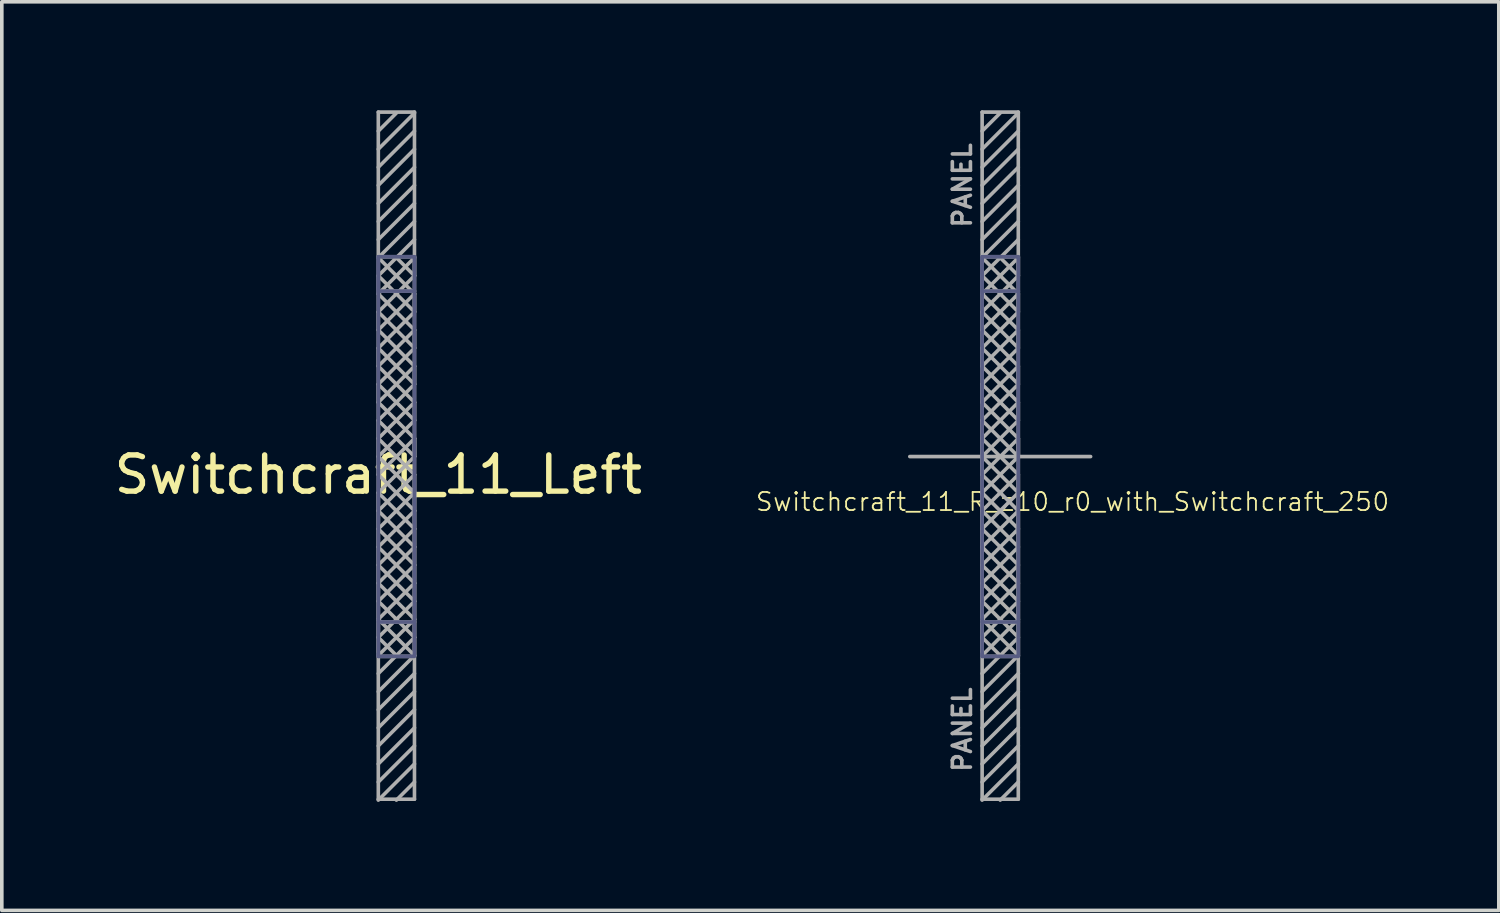
<source format=kicad_pcb>
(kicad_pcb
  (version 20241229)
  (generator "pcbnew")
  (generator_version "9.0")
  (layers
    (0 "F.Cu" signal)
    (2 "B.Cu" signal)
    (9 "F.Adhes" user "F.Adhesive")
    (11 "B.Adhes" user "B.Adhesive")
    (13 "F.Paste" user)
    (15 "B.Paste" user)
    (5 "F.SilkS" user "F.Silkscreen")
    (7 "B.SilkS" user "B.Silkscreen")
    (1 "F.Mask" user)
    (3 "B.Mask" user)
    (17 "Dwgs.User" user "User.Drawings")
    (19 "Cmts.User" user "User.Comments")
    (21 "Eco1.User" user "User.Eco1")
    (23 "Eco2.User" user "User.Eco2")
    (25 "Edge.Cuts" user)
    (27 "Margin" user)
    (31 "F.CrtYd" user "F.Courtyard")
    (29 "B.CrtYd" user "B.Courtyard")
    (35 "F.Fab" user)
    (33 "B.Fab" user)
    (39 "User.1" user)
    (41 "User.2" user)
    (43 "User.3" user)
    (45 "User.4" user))
  (footprint "Switchcraft_11_R_z10_r0_with_Switchcraft_250"
    (layer "F.Cu")
    (at 24.108 9.575)
    (property "Reference" "Switchcraft_11_R_z10_r0_with_Switchcraft_250" (at 2.5 1.25 180) (layer "F.SilkS") (effects (font (size 0.5 0.5) (thickness 0.05))))
    (attr through_hole)
    (fp_line (start 0 -5.525) (end 0 -5.5) (stroke (width 0.1) (type solid)) (layer "B.Fab"))
    (fp_line (start 0 -5.5) (end 0 -4.5) (stroke (width 0.1) (type solid)) (layer "B.Fab"))
    (fp_line (start 0 -4.575) (end 1 -4.575) (stroke (width 0.1) (type solid)) (layer "B.Fab"))
    (fp_line (start 0 4.5) (end 0 -5.5) (stroke (width 0.1) (type solid)) (layer "B.Fab"))
    (fp_line (start 0 4.575) (end 1 4.575) (stroke (width 0.1) (type solid)) (layer "B.Fab"))
    (fp_line (start 0 5.5) (end 0 4.5) (stroke (width 0.1) (type solid)) (layer "B.Fab"))
    (fp_line (start 0 5.525) (end 0 5.45) (stroke (width 0.1) (type solid)) (layer "B.Fab"))
    (fp_line (start 1 -5.525) (end 0 -5.525) (stroke (width 0.1) (type solid)) (layer "B.Fab"))
    (fp_line (start 1 -5.5) (end 1 -5.525) (stroke (width 0.1) (type solid)) (layer "B.Fab"))
    (fp_line (start 1 -5.5) (end 1 5.5) (stroke (width 0.1) (type solid)) (layer "B.Fab"))
    (fp_line (start 1 5.525) (end 0 5.525) (stroke (width 0.1) (type solid)) (layer "B.Fab"))
    (fp_line (start -2 0) (end 3 0) (stroke (width 0.1) (type solid)) (layer "F.Fab"))
    (fp_line (start 0 -9.525) (end 1 -9.525) (stroke (width 0.1) (type solid)) (layer "F.Fab"))
    (fp_line (start 0 -9) (end 0.5 -9.5) (stroke (width 0.1) (type solid)) (layer "F.Fab"))
    (fp_line (start 0 -6.5) (end 1 -7.5) (stroke (width 0.1) (type solid)) (layer "F.Fab"))
    (fp_line (start 0 -5.525) (end 1 -5.525) (stroke (width 0.1) (type solid)) (layer "F.Fab"))
    (fp_line (start 0 -5.5) (end 1 -6.5) (stroke (width 0.1) (type solid)) (layer "F.Fab"))
    (fp_line (start 0 -5.5) (end 1 -4.5) (stroke (width 0.1) (type solid)) (layer "F.Fab"))
    (fp_line (start 0 -5) (end 0.5 -5.5) (stroke (width 0.1) (type solid)) (layer "F.Fab"))
    (fp_line (start 0 -5) (end 1 -4) (stroke (width 0.1) (type solid)) (layer "F.Fab"))
    (fp_line (start 0 -4.575) (end 1 -4.575) (stroke (width 0.1) (type solid)) (layer "F.Fab"))
    (fp_line (start 0 -4.5) (end 0 -5) (stroke (width 0.1) (type solid)) (layer "F.Fab"))
    (fp_line (start 0 -4.5) (end 1 -3.5) (stroke (width 0.1) (type solid)) (layer "F.Fab"))
    (fp_line (start 0 -4) (end 1 -5) (stroke (width 0.1) (type solid)) (layer "F.Fab"))
    (fp_line (start 0 -4) (end 1 -3) (stroke (width 0.1) (type solid)) (layer "F.Fab"))
    (fp_line (start 0 -3.5) (end 0 -4) (stroke (width 0.1) (type solid)) (layer "F.Fab"))
    (fp_line (start 0 -3.5) (end 1 -2.5) (stroke (width 0.1) (type solid)) (layer "F.Fab"))
    (fp_line (start 0 -3) (end 1 -4) (stroke (width 0.1) (type solid)) (layer "F.Fab"))
    (fp_line (start 0 -3) (end 1 -2) (stroke (width 0.1) (type solid)) (layer "F.Fab"))
    (fp_line (start 0 -2.5) (end 0 -3) (stroke (width 0.1) (type solid)) (layer "F.Fab"))
    (fp_line (start 0 -2) (end 1 -3) (stroke (width 0.1) (type solid)) (layer "F.Fab"))
    (fp_line (start 0 -2) (end 1 -1) (stroke (width 0.1) (type solid)) (layer "F.Fab"))
    (fp_line (start 0 -1.5) (end 0 -2) (stroke (width 0.1) (type solid)) (layer "F.Fab"))
    (fp_line (start 0 -1.5) (end 1 -0.5) (stroke (width 0.1) (type solid)) (layer "F.Fab"))
    (fp_line (start 0 -1) (end 1 -2) (stroke (width 0.1) (type solid)) (layer "F.Fab"))
    (fp_line (start 0 -0.5) (end 0 -1) (stroke (width 0.1) (type solid)) (layer "F.Fab"))
    (fp_line (start 0 -0.5) (end 0 0) (stroke (width 0.1) (type solid)) (layer "F.Fab"))
    (fp_line (start 0 0) (end 1 -1) (stroke (width 0.1) (type solid)) (layer "F.Fab"))
    (fp_line (start 0 0) (end 1 1) (stroke (width 0.1) (type solid)) (layer "F.Fab"))
    (fp_line (start 0 0.5) (end 0 0) (stroke (width 0.1) (type solid)) (layer "F.Fab"))
    (fp_line (start 0 1) (end 1 0) (stroke (width 0.1) (type solid)) (layer "F.Fab"))
    (fp_line (start 0 1) (end 1 2) (stroke (width 0.1) (type solid)) (layer "F.Fab"))
    (fp_line (start 0 1.5) (end 0 1) (stroke (width 0.1) (type solid)) (layer "F.Fab"))
    (fp_line (start 0 1.5) (end 0 2) (stroke (width 0.1) (type solid)) (layer "F.Fab"))
    (fp_line (start 0 2) (end 1 1) (stroke (width 0.1) (type solid)) (layer "F.Fab"))
    (fp_line (start 0 2) (end 1 3) (stroke (width 0.1) (type solid)) (layer "F.Fab"))
    (fp_line (start 0 2.5) (end 0 2) (stroke (width 0.1) (type solid)) (layer "F.Fab"))
    (fp_line (start 0 2.5) (end 0 3) (stroke (width 0.1) (type solid)) (layer "F.Fab"))
    (fp_line (start 0 3) (end 1 2) (stroke (width 0.1) (type solid)) (layer "F.Fab"))
    (fp_line (start 0 3) (end 1 4) (stroke (width 0.1) (type solid)) (layer "F.Fab"))
    (fp_line (start 0 3.5) (end 0 3) (stroke (width 0.1) (type solid)) (layer "F.Fab"))
    (fp_line (start 0 3.5) (end 0 4) (stroke (width 0.1) (type solid)) (layer "F.Fab"))
    (fp_line (start 0 4) (end 1 3) (stroke (width 0.1) (type solid)) (layer "F.Fab"))
    (fp_line (start 0 4) (end 1 5) (stroke (width 0.1) (type solid)) (layer "F.Fab"))
    (fp_line (start 0 4.5) (end 0 4) (stroke (width 0.1) (type solid)) (layer "F.Fab"))
    (fp_line (start 0 4.5) (end 0 5) (stroke (width 0.1) (type solid)) (layer "F.Fab"))
    (fp_line (start 0 4.575) (end 1 4.575) (stroke (width 0.1) (type solid)) (layer "F.Fab"))
    (fp_line (start 0 5) (end 0.5 5.5) (stroke (width 0.1) (type solid)) (layer "F.Fab"))
    (fp_line (start 0 5) (end 1 4) (stroke (width 0.1) (type solid)) (layer "F.Fab"))
    (fp_line (start 0 5.5) (end 0 5) (stroke (width 0.1) (type solid)) (layer "F.Fab"))
    (fp_line (start 0 5.525) (end 1 5.525) (stroke (width 0.1) (type solid)) (layer "F.Fab"))
    (fp_line (start 0 7) (end 1 6) (stroke (width 0.1) (type solid)) (layer "F.Fab"))
    (fp_line (start 0 8) (end 1 7) (stroke (width 0.1) (type solid)) (layer "F.Fab"))
    (fp_line (start 0 9) (end 1 8) (stroke (width 0.1) (type solid)) (layer "F.Fab"))
    (fp_line (start 0 9.475) (end 0 -9.525) (stroke (width 0.1) (type solid)) (layer "F.Fab"))
    (fp_line (start 0.5 -5.5) (end 1 -5) (stroke (width 0.1) (type solid)) (layer "F.Fab"))
    (fp_line (start 0.5 5.5) (end 0 6) (stroke (width 0.1) (type solid)) (layer "F.Fab"))
    (fp_line (start 0.5 5.5) (end 1 5) (stroke (width 0.1) (type solid)) (layer "F.Fab"))
    (fp_line (start 0.5 9.5) (end 1 9) (stroke (width 0.1) (type solid)) (layer "F.Fab"))
    (fp_line (start 1 -9.525) (end 1 9.475) (stroke (width 0.1) (type solid)) (layer "F.Fab"))
    (fp_line (start 1 -9.5) (end 0 -8.5) (stroke (width 0.1) (type solid)) (layer "F.Fab"))
    (fp_line (start 1 -9) (end 0 -8) (stroke (width 0.1) (type solid)) (layer "F.Fab"))
    (fp_line (start 1 -8.5) (end 0 -7.5) (stroke (width 0.1) (type solid)) (layer "F.Fab"))
    (fp_line (start 1 -8) (end 0 -7) (stroke (width 0.1) (type solid)) (layer "F.Fab"))
    (fp_line (start 1 -7) (end 0 -6) (stroke (width 0.1) (type solid)) (layer "F.Fab"))
    (fp_line (start 1 -6) (end 0.5 -5.5) (stroke (width 0.1) (type solid)) (layer "F.Fab"))
    (fp_line (start 1 -5.5) (end 0 -4.5) (stroke (width 0.1) (type solid)) (layer "F.Fab"))
    (fp_line (start 1 -5) (end 1 -5.5) (stroke (width 0.1) (type solid)) (layer "F.Fab"))
    (fp_line (start 1 -4.5) (end 0 -3.5) (stroke (width 0.1) (type solid)) (layer "F.Fab"))
    (fp_line (start 1 -4) (end 1 -4.5) (stroke (width 0.1) (type solid)) (layer "F.Fab"))
    (fp_line (start 1 -3.5) (end 0 -2.5) (stroke (width 0.1) (type solid)) (layer "F.Fab"))
    (fp_line (start 1 -3) (end 1 -3.5) (stroke (width 0.1) (type solid)) (layer "F.Fab"))
    (fp_line (start 1 -2.5) (end 0 -1.5) (stroke (width 0.1) (type solid)) (layer "F.Fab"))
    (fp_line (start 1 -2) (end 1 -2.5) (stroke (width 0.1) (type solid)) (layer "F.Fab"))
    (fp_line (start 1 -1.5) (end 0 -2.5) (stroke (width 0.1) (type solid)) (layer "F.Fab"))
    (fp_line (start 1 -1.5) (end 0 -0.5) (stroke (width 0.1) (type solid)) (layer "F.Fab"))
    (fp_line (start 1 -1) (end 1 -1.5) (stroke (width 0.1) (type solid)) (layer "F.Fab"))
    (fp_line (start 1 -0.5) (end 0 0.5) (stroke (width 0.1) (type solid)) (layer "F.Fab"))
    (fp_line (start 1 -0.5) (end 1 0) (stroke (width 0.1) (type solid)) (layer "F.Fab"))
    (fp_line (start 1 0) (end 0 -1) (stroke (width 0.1) (type solid)) (layer "F.Fab"))
    (fp_line (start 1 0) (end 1 -0.5) (stroke (width 0.1) (type solid)) (layer "F.Fab"))
    (fp_line (start 1 0.5) (end 0 -0.5) (stroke (width 0.1) (type solid)) (layer "F.Fab"))
    (fp_line (start 1 0.5) (end 0 1.5) (stroke (width 0.1) (type solid)) (layer "F.Fab"))
    (fp_line (start 1 1) (end 1 0.5) (stroke (width 0.1) (type solid)) (layer "F.Fab"))
    (fp_line (start 1 1) (end 1 1.5) (stroke (width 0.1) (type solid)) (layer "F.Fab"))
    (fp_line (start 1 1.5) (end 0 0.5) (stroke (width 0.1) (type solid)) (layer "F.Fab"))
    (fp_line (start 1 1.5) (end 0 2.5) (stroke (width 0.1) (type solid)) (layer "F.Fab"))
    (fp_line (start 1 2) (end 1 1.5) (stroke (width 0.1) (type solid)) (layer "F.Fab"))
    (fp_line (start 1 2) (end 1 2.5) (stroke (width 0.1) (type solid)) (layer "F.Fab"))
    (fp_line (start 1 2.5) (end 0 1.5) (stroke (width 0.1) (type solid)) (layer "F.Fab"))
    (fp_line (start 1 2.5) (end 0 3.5) (stroke (width 0.1) (type solid)) (layer "F.Fab"))
    (fp_line (start 1 3) (end 1 2.5) (stroke (width 0.1) (type solid)) (layer "F.Fab"))
    (fp_line (start 1 3) (end 1 3.5) (stroke (width 0.1) (type solid)) (layer "F.Fab"))
    (fp_line (start 1 3.5) (end 0 2.5) (stroke (width 0.1) (type solid)) (layer "F.Fab"))
    (fp_line (start 1 3.5) (end 0 4.5) (stroke (width 0.1) (type solid)) (layer "F.Fab"))
    (fp_line (start 1 4) (end 1 3.5) (stroke (width 0.1) (type solid)) (layer "F.Fab"))
    (fp_line (start 1 4) (end 1 4.5) (stroke (width 0.1) (type solid)) (layer "F.Fab"))
    (fp_line (start 1 4.5) (end 0 3.5) (stroke (width 0.1) (type solid)) (layer "F.Fab"))
    (fp_line (start 1 4.5) (end 0 5.5) (stroke (width 0.1) (type solid)) (layer "F.Fab"))
    (fp_line (start 1 5) (end 1 4.5) (stroke (width 0.1) (type solid)) (layer "F.Fab"))
    (fp_line (start 1 5) (end 1 5.5) (stroke (width 0.1) (type solid)) (layer "F.Fab"))
    (fp_line (start 1 5.5) (end 0 4.5) (stroke (width 0.1) (type solid)) (layer "F.Fab"))
    (fp_line (start 1 5.5) (end 0 6.5) (stroke (width 0.1) (type solid)) (layer "F.Fab"))
    (fp_line (start 1 6.5) (end 0 7.5) (stroke (width 0.1) (type solid)) (layer "F.Fab"))
    (fp_line (start 1 7.5) (end 0 8.5) (stroke (width 0.1) (type solid)) (layer "F.Fab"))
    (fp_line (start 1 8.5) (end 0 9.5) (stroke (width 0.1) (type solid)) (layer "F.Fab"))
    (fp_line (start 1 9.475) (end 0 9.475) (stroke (width 0.1) (type solid)) (layer "F.Fab"))
    (fp_text user "PANEL" (at -0.55 -7.5 90) (layer "F.Fab") (effects (font (size 0.5 0.5) (thickness 0.1))))
    (fp_text user "PANEL" (at -0.55 7.55 90) (layer "F.Fab") (effects (font (size 0.5 0.5) (thickness 0.1)))))
  (footprint "Switchcraft_11_Left"
    (layer "F.Cu")
    (at 8.411 9.575)
    (property "Reference" "Switchcraft_11_Left" (at -1 0.5 0) (layer "F.SilkS") (effects (font (size 1 1) (thickness 0.15))))
    (attr through_hole)
    (fp_line (start -1 -5.525) (end -1 -5.5) (stroke (width 0.1) (type solid)) (layer "B.Fab"))
    (fp_line (start -1 -5.5) (end -1 -4.5) (stroke (width 0.1) (type solid)) (layer "B.Fab"))
    (fp_line (start -1 -4.575) (end 0 -4.575) (stroke (width 0.1) (type solid)) (layer "B.Fab"))
    (fp_line (start -1 4.5) (end -1 -5.5) (stroke (width 0.1) (type solid)) (layer "B.Fab"))
    (fp_line (start -1 4.575) (end 0 4.575) (stroke (width 0.1) (type solid)) (layer "B.Fab"))
    (fp_line (start -1 5.5) (end -1 4.5) (stroke (width 0.1) (type solid)) (layer "B.Fab"))
    (fp_line (start -1 5.525) (end -1 5.45) (stroke (width 0.1) (type solid)) (layer "B.Fab"))
    (fp_line (start 0 -5.525) (end -1 -5.525) (stroke (width 0.1) (type solid)) (layer "B.Fab"))
    (fp_line (start 0 -5.5) (end 0 -5.525) (stroke (width 0.1) (type solid)) (layer "B.Fab"))
    (fp_line (start 0 -5.5) (end 0 5.5) (stroke (width 0.1) (type solid)) (layer "B.Fab"))
    (fp_line (start 0 5.525) (end -1 5.525) (stroke (width 0.1) (type solid)) (layer "B.Fab"))
    (fp_line (start -1 -9.525) (end 0 -9.525) (stroke (width 0.1) (type solid)) (layer "F.Fab"))
    (fp_line (start -1 -9) (end -0.5 -9.5) (stroke (width 0.1) (type solid)) (layer "F.Fab"))
    (fp_line (start -1 -6.5) (end 0 -7.5) (stroke (width 0.1) (type solid)) (layer "F.Fab"))
    (fp_line (start -1 -5.525) (end 0 -5.525) (stroke (width 0.1) (type solid)) (layer "F.Fab"))
    (fp_line (start -1 -5.5) (end 0 -6.5) (stroke (width 0.1) (type solid)) (layer "F.Fab"))
    (fp_line (start -1 -5.5) (end 0 -4.5) (stroke (width 0.1) (type solid)) (layer "F.Fab"))
    (fp_line (start -1 -5) (end -0.5 -5.5) (stroke (width 0.1) (type solid)) (layer "F.Fab"))
    (fp_line (start -1 -5) (end 0 -4) (stroke (width 0.1) (type solid)) (layer "F.Fab"))
    (fp_line (start -1 -4.575) (end 0 -4.575) (stroke (width 0.1) (type solid)) (layer "F.Fab"))
    (fp_line (start -1 -4.5) (end -1 -5) (stroke (width 0.1) (type solid)) (layer "F.Fab"))
    (fp_line (start -1 -4.5) (end 0 -3.5) (stroke (width 0.1) (type solid)) (layer "F.Fab"))
    (fp_line (start -1 -4) (end 0 -5) (stroke (width 0.1) (type solid)) (layer "F.Fab"))
    (fp_line (start -1 -4) (end 0 -3) (stroke (width 0.1) (type solid)) (layer "F.Fab"))
    (fp_line (start -1 -3.5) (end -1 -4) (stroke (width 0.1) (type solid)) (layer "F.Fab"))
    (fp_line (start -1 -3.5) (end 0 -2.5) (stroke (width 0.1) (type solid)) (layer "F.Fab"))
    (fp_line (start -1 -3) (end 0 -4) (stroke (width 0.1) (type solid)) (layer "F.Fab"))
    (fp_line (start -1 -3) (end 0 -2) (stroke (width 0.1) (type solid)) (layer "F.Fab"))
    (fp_line (start -1 -2.5) (end -1 -3) (stroke (width 0.1) (type solid)) (layer "F.Fab"))
    (fp_line (start -1 -2) (end 0 -3) (stroke (width 0.1) (type solid)) (layer "F.Fab"))
    (fp_line (start -1 -2) (end 0 -1) (stroke (width 0.1) (type solid)) (layer "F.Fab"))
    (fp_line (start -1 -1.5) (end -1 -2) (stroke (width 0.1) (type solid)) (layer "F.Fab"))
    (fp_line (start -1 -1.5) (end 0 -0.5) (stroke (width 0.1) (type solid)) (layer "F.Fab"))
    (fp_line (start -1 -1) (end 0 -2) (stroke (width 0.1) (type solid)) (layer "F.Fab"))
    (fp_line (start -1 -0.5) (end -1 -1) (stroke (width 0.1) (type solid)) (layer "F.Fab"))
    (fp_line (start -1 -0.5) (end -1 0) (stroke (width 0.1) (type solid)) (layer "F.Fab"))
    (fp_line (start -1 0) (end 0 -1) (stroke (width 0.1) (type solid)) (layer "F.Fab"))
    (fp_line (start -1 0) (end 0 1) (stroke (width 0.1) (type solid)) (layer "F.Fab"))
    (fp_line (start -1 0.5) (end -1 0) (stroke (width 0.1) (type solid)) (layer "F.Fab"))
    (fp_line (start -1 1) (end 0 0) (stroke (width 0.1) (type solid)) (layer "F.Fab"))
    (fp_line (start -1 1) (end 0 2) (stroke (width 0.1) (type solid)) (layer "F.Fab"))
    (fp_line (start -1 1.5) (end -1 1) (stroke (width 0.1) (type solid)) (layer "F.Fab"))
    (fp_line (start -1 1.5) (end -1 2) (stroke (width 0.1) (type solid)) (layer "F.Fab"))
    (fp_line (start -1 2) (end 0 1) (stroke (width 0.1) (type solid)) (layer "F.Fab"))
    (fp_line (start -1 2) (end 0 3) (stroke (width 0.1) (type solid)) (layer "F.Fab"))
    (fp_line (start -1 2.5) (end -1 2) (stroke (width 0.1) (type solid)) (layer "F.Fab"))
    (fp_line (start -1 2.5) (end -1 3) (stroke (width 0.1) (type solid)) (layer "F.Fab"))
    (fp_line (start -1 3) (end 0 2) (stroke (width 0.1) (type solid)) (layer "F.Fab"))
    (fp_line (start -1 3) (end 0 4) (stroke (width 0.1) (type solid)) (layer "F.Fab"))
    (fp_line (start -1 3.5) (end -1 3) (stroke (width 0.1) (type solid)) (layer "F.Fab"))
    (fp_line (start -1 3.5) (end -1 4) (stroke (width 0.1) (type solid)) (layer "F.Fab"))
    (fp_line (start -1 4) (end 0 3) (stroke (width 0.1) (type solid)) (layer "F.Fab"))
    (fp_line (start -1 4) (end 0 5) (stroke (width 0.1) (type solid)) (layer "F.Fab"))
    (fp_line (start -1 4.5) (end -1 4) (stroke (width 0.1) (type solid)) (layer "F.Fab"))
    (fp_line (start -1 4.5) (end -1 5) (stroke (width 0.1) (type solid)) (layer "F.Fab"))
    (fp_line (start -1 4.575) (end 0 4.575) (stroke (width 0.1) (type solid)) (layer "F.Fab"))
    (fp_line (start -1 5) (end -0.5 5.5) (stroke (width 0.1) (type solid)) (layer "F.Fab"))
    (fp_line (start -1 5) (end 0 4) (stroke (width 0.1) (type solid)) (layer "F.Fab"))
    (fp_line (start -1 5.5) (end -1 5) (stroke (width 0.1) (type solid)) (layer "F.Fab"))
    (fp_line (start -1 5.525) (end 0 5.525) (stroke (width 0.1) (type solid)) (layer "F.Fab"))
    (fp_line (start -1 7) (end 0 6) (stroke (width 0.1) (type solid)) (layer "F.Fab"))
    (fp_line (start -1 8) (end 0 7) (stroke (width 0.1) (type solid)) (layer "F.Fab"))
    (fp_line (start -1 9) (end 0 8) (stroke (width 0.1) (type solid)) (layer "F.Fab"))
    (fp_line (start -1 9.475) (end -1 -9.525) (stroke (width 0.1) (type solid)) (layer "F.Fab"))
    (fp_line (start -0.5 -5.5) (end 0 -5) (stroke (width 0.1) (type solid)) (layer "F.Fab"))
    (fp_line (start -0.5 5.5) (end -1 6) (stroke (width 0.1) (type solid)) (layer "F.Fab"))
    (fp_line (start -0.5 5.5) (end 0 5) (stroke (width 0.1) (type solid)) (layer "F.Fab"))
    (fp_line (start -0.5 9.5) (end 0 9) (stroke (width 0.1) (type solid)) (layer "F.Fab"))
    (fp_line (start 0 -9.525) (end 0 9.475) (stroke (width 0.1) (type solid)) (layer "F.Fab"))
    (fp_line (start 0 -9.5) (end -1 -8.5) (stroke (width 0.1) (type solid)) (layer "F.Fab"))
    (fp_line (start 0 -9) (end -1 -8) (stroke (width 0.1) (type solid)) (layer "F.Fab"))
    (fp_line (start 0 -8.5) (end -1 -7.5) (stroke (width 0.1) (type solid)) (layer "F.Fab"))
    (fp_line (start 0 -8) (end -1 -7) (stroke (width 0.1) (type solid)) (layer "F.Fab"))
    (fp_line (start 0 -7) (end -1 -6) (stroke (width 0.1) (type solid)) (layer "F.Fab"))
    (fp_line (start 0 -6) (end -0.5 -5.5) (stroke (width 0.1) (type solid)) (layer "F.Fab"))
    (fp_line (start 0 -5.5) (end -1 -4.5) (stroke (width 0.1) (type solid)) (layer "F.Fab"))
    (fp_line (start 0 -5) (end 0 -5.5) (stroke (width 0.1) (type solid)) (layer "F.Fab"))
    (fp_line (start 0 -4.5) (end -1 -3.5) (stroke (width 0.1) (type solid)) (layer "F.Fab"))
    (fp_line (start 0 -4) (end 0 -4.5) (stroke (width 0.1) (type solid)) (layer "F.Fab"))
    (fp_line (start 0 -3.5) (end -1 -2.5) (stroke (width 0.1) (type solid)) (layer "F.Fab"))
    (fp_line (start 0 -3) (end 0 -3.5) (stroke (width 0.1) (type solid)) (layer "F.Fab"))
    (fp_line (start 0 -2.5) (end -1 -1.5) (stroke (width 0.1) (type solid)) (layer "F.Fab"))
    (fp_line (start 0 -2) (end 0 -2.5) (stroke (width 0.1) (type solid)) (layer "F.Fab"))
    (fp_line (start 0 -1.5) (end -1 -2.5) (stroke (width 0.1) (type solid)) (layer "F.Fab"))
    (fp_line (start 0 -1.5) (end -1 -0.5) (stroke (width 0.1) (type solid)) (layer "F.Fab"))
    (fp_line (start 0 -1) (end 0 -1.5) (stroke (width 0.1) (type solid)) (layer "F.Fab"))
    (fp_line (start 0 -0.5) (end -1 0.5) (stroke (width 0.1) (type solid)) (layer "F.Fab"))
    (fp_line (start 0 -0.5) (end 0 0) (stroke (width 0.1) (type solid)) (layer "F.Fab"))
    (fp_line (start 0 0) (end -1 -1) (stroke (width 0.1) (type solid)) (layer "F.Fab"))
    (fp_line (start 0 0) (end 0 -0.5) (stroke (width 0.1) (type solid)) (layer "F.Fab"))
    (fp_line (start 0 0.5) (end -1 -0.5) (stroke (width 0.1) (type solid)) (layer "F.Fab"))
    (fp_line (start 0 0.5) (end -1 1.5) (stroke (width 0.1) (type solid)) (layer "F.Fab"))
    (fp_line (start 0 1) (end 0 0.5) (stroke (width 0.1) (type solid)) (layer "F.Fab"))
    (fp_line (start 0 1) (end 0 1.5) (stroke (width 0.1) (type solid)) (layer "F.Fab"))
    (fp_line (start 0 1.5) (end -1 0.5) (stroke (width 0.1) (type solid)) (layer "F.Fab"))
    (fp_line (start 0 1.5) (end -1 2.5) (stroke (width 0.1) (type solid)) (layer "F.Fab"))
    (fp_line (start 0 2) (end 0 1.5) (stroke (width 0.1) (type solid)) (layer "F.Fab"))
    (fp_line (start 0 2) (end 0 2.5) (stroke (width 0.1) (type solid)) (layer "F.Fab"))
    (fp_line (start 0 2.5) (end -1 1.5) (stroke (width 0.1) (type solid)) (layer "F.Fab"))
    (fp_line (start 0 2.5) (end -1 3.5) (stroke (width 0.1) (type solid)) (layer "F.Fab"))
    (fp_line (start 0 3) (end 0 2.5) (stroke (width 0.1) (type solid)) (layer "F.Fab"))
    (fp_line (start 0 3) (end 0 3.5) (stroke (width 0.1) (type solid)) (layer "F.Fab"))
    (fp_line (start 0 3.5) (end -1 2.5) (stroke (width 0.1) (type solid)) (layer "F.Fab"))
    (fp_line (start 0 3.5) (end -1 4.5) (stroke (width 0.1) (type solid)) (layer "F.Fab"))
    (fp_line (start 0 4) (end 0 3.5) (stroke (width 0.1) (type solid)) (layer "F.Fab"))
    (fp_line (start 0 4) (end 0 4.5) (stroke (width 0.1) (type solid)) (layer "F.Fab"))
    (fp_line (start 0 4.5) (end -1 3.5) (stroke (width 0.1) (type solid)) (layer "F.Fab"))
    (fp_line (start 0 4.5) (end -1 5.5) (stroke (width 0.1) (type solid)) (layer "F.Fab"))
    (fp_line (start 0 5) (end 0 4.5) (stroke (width 0.1) (type solid)) (layer "F.Fab"))
    (fp_line (start 0 5) (end 0 5.5) (stroke (width 0.1) (type solid)) (layer "F.Fab"))
    (fp_line (start 0 5.5) (end -1 4.5) (stroke (width 0.1) (type solid)) (layer "F.Fab"))
    (fp_line (start 0 5.5) (end -1 6.5) (stroke (width 0.1) (type solid)) (layer "F.Fab"))
    (fp_line (start 0 6.5) (end -1 7.5) (stroke (width 0.1) (type solid)) (layer "F.Fab"))
    (fp_line (start 0 7.5) (end -1 8.5) (stroke (width 0.1) (type solid)) (layer "F.Fab"))
    (fp_line (start 0 8.5) (end -1 9.5) (stroke (width 0.1) (type solid)) (layer "F.Fab"))
    (fp_line (start 0 9.475) (end -1 9.475) (stroke (width 0.1) (type solid)) (layer "F.Fab")))
  (gr_rect
    (start -3 -3)
    (end 38.395 22.125)
    (stroke (width 0.1) (type default))
    (fill no)
    (layer "Edge.Cuts")))
</source>
